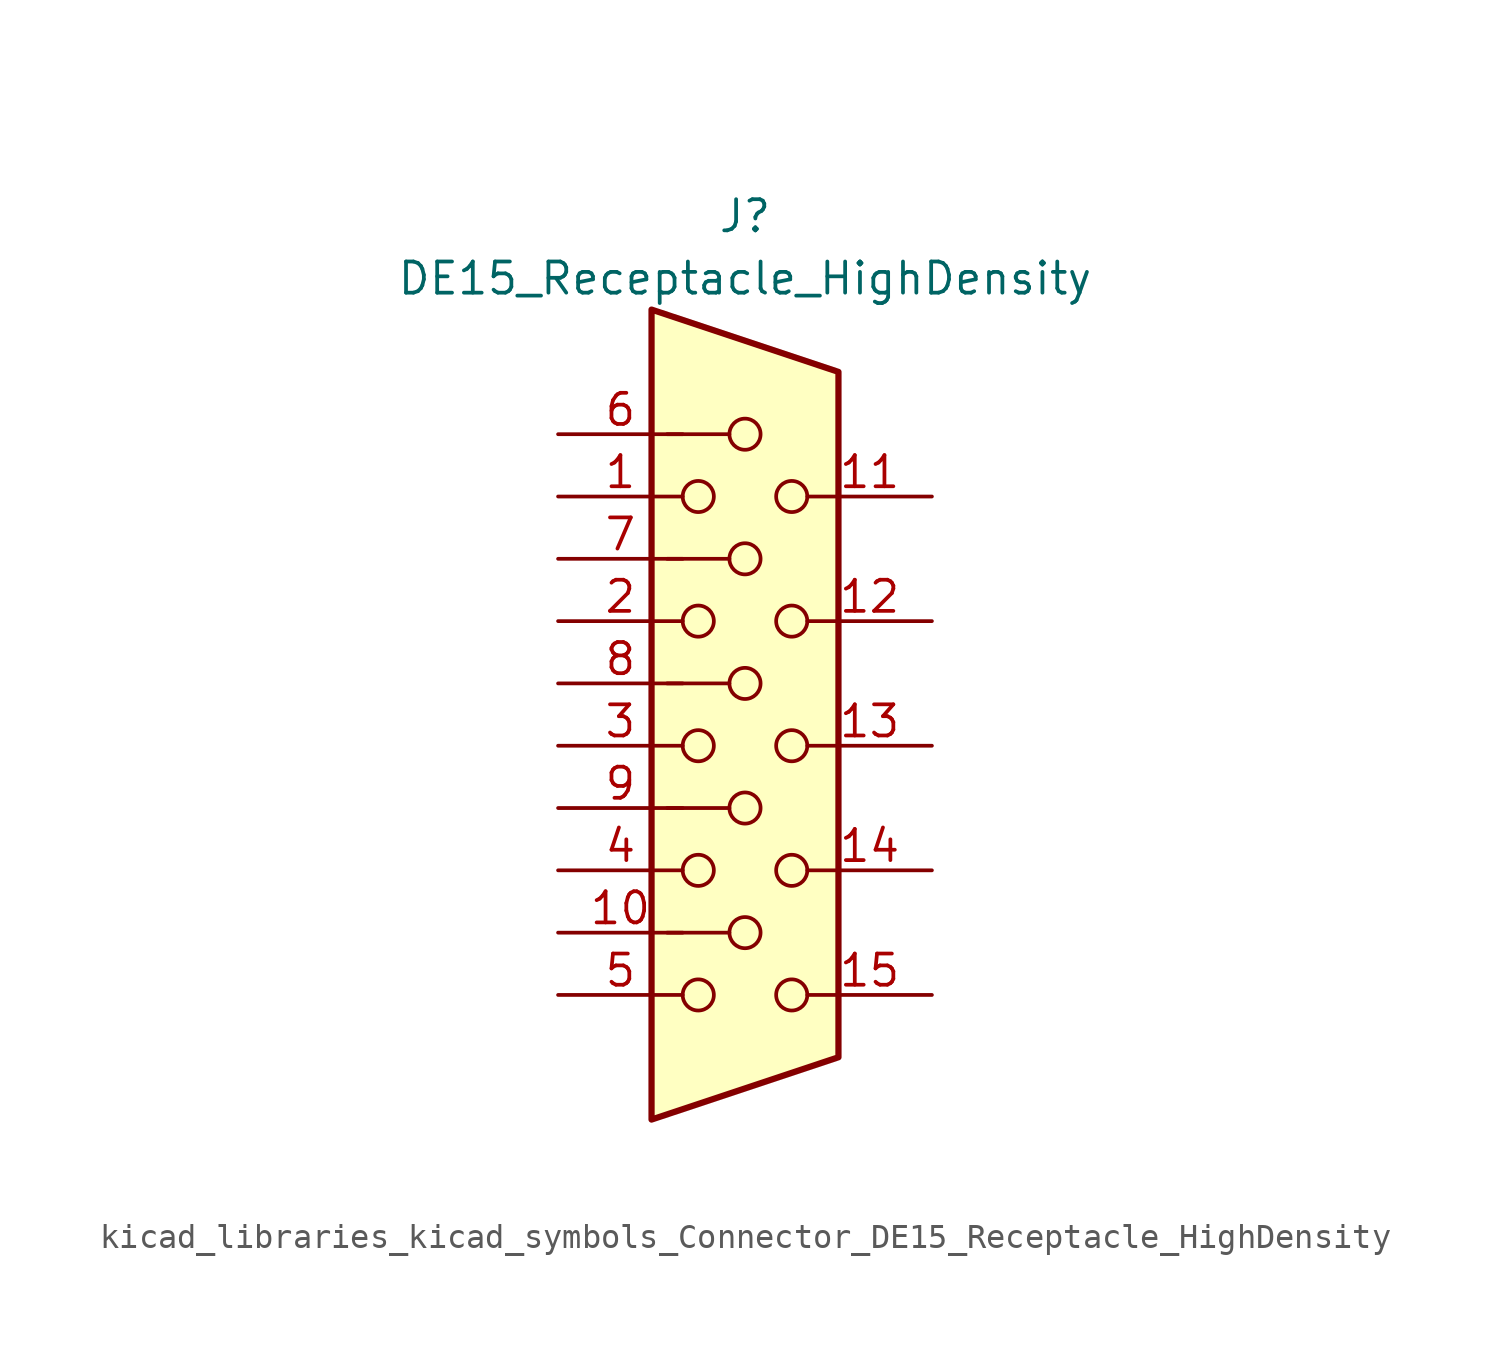
<source format=kicad_sym>
(kicad_symbol_lib
  (version 20220914)
  (generator kicad_symbol_editor)
  (symbol "kicad_libraries_kicad_symbols_Connector_DE15_Receptacle_HighDensity"
    (pin_names
      (offset 1.016) hide)
    (property "Reference" "J"
      (at 0 21.59 0)
      (effects (font (size 1.27 1.27))))
    (property "Value" "DE15_Receptacle_HighDensity"
      (at 0 19.05 0)
      (effects (font (size 1.27 1.27))))
    (symbol "kicad_libraries_kicad_symbols_Connector_DE15_Receptacle_HighDensity_0_1"
      (circle (center -1.905 -10.16) (radius 0.635) (stroke (width 0) (type default)) (fill (type none)))
      (circle (center -1.905 -5.08) (radius 0.635) (stroke (width 0) (type default)) (fill (type none)))
      (circle (center -1.905 0) (radius 0.635) (stroke (width 0) (type default)) (fill (type none)))
      (circle (center -1.905 5.08) (radius 0.635) (stroke (width 0) (type default)) (fill (type none)))
      (circle (center -1.905 10.16) (radius 0.635) (stroke (width 0) (type default)) (fill (type none)))
      (circle (center 0 -7.62) (radius 0.635) (stroke (width 0) (type default)) (fill (type none)))
      (circle (center 0 -2.54) (radius 0.635) (stroke (width 0) (type default)) (fill (type none)))
      (polyline (pts (xy -3.175 7.62) (xy -0.635 7.62)) (stroke (width 0) (type default)) (fill (type none)))
      (polyline (pts (xy -0.635 -7.62) (xy -3.175 -7.62)) (stroke (width 0) (type default)) (fill (type none)))
      (polyline (pts (xy -0.635 -2.54) (xy -3.175 -2.54)) (stroke (width 0) (type default)) (fill (type none)))
      (polyline (pts (xy -0.635 2.54) (xy -3.175 2.54)) (stroke (width 0) (type default)) (fill (type none)))
      (polyline (pts (xy -0.635 12.7) (xy -3.175 12.7)) (stroke (width 0) (type default)) (fill (type none)))
      (polyline (pts (xy -3.81 17.78) (xy -3.81 -15.24) (xy 3.81 -12.7) (xy 3.81 15.24) (xy -3.81 17.78)) (stroke (width 0.254) (type default)) (fill (type background)))
      (circle (center 0 2.54) (radius 0.635) (stroke (width 0) (type default)) (fill (type none)))
      (circle (center 0 7.62) (radius 0.635) (stroke (width 0) (type default)) (fill (type none)))
      (circle (center 0 12.7) (radius 0.635) (stroke (width 0) (type default)) (fill (type none)))
      (circle (center 1.905 -10.16) (radius 0.635) (stroke (width 0) (type default)) (fill (type none)))
      (circle (center 1.905 -5.08) (radius 0.635) (stroke (width 0) (type default)) (fill (type none)))
      (circle (center 1.905 0) (radius 0.635) (stroke (width 0) (type default)) (fill (type none)))
      (circle (center 1.905 5.08) (radius 0.635) (stroke (width 0) (type default)) (fill (type none)))
      (circle (center 1.905 10.16) (radius 0.635) (stroke (width 0) (type default)) (fill (type none))))
    (symbol "kicad_libraries_kicad_symbols_Connector_DE15_Receptacle_HighDensity_1_1"
      (pin passive line (at -7.62 10.16 0) (length 5.08) (name "~" (effects (font (size 1.27 1.27)))) (number "1" (effects (font (size 1.27 1.27)))))
      (pin passive line (at -7.62 -7.62 0) (length 5.08) (name "~" (effects (font (size 1.27 1.27)))) (number "10" (effects (font (size 1.27 1.27)))))
      (pin passive line (at 7.62 10.16 180) (length 5.08) (name "~" (effects (font (size 1.27 1.27)))) (number "11" (effects (font (size 1.27 1.27)))))
      (pin passive line (at 7.62 5.08 180) (length 5.08) (name "~" (effects (font (size 1.27 1.27)))) (number "12" (effects (font (size 1.27 1.27)))))
      (pin passive line (at 7.62 0 180) (length 5.08) (name "~" (effects (font (size 1.27 1.27)))) (number "13" (effects (font (size 1.27 1.27)))))
      (pin passive line (at 7.62 -5.08 180) (length 5.08) (name "~" (effects (font (size 1.27 1.27)))) (number "14" (effects (font (size 1.27 1.27)))))
      (pin passive line (at 7.62 -10.16 180) (length 5.08) (name "~" (effects (font (size 1.27 1.27)))) (number "15" (effects (font (size 1.27 1.27)))))
      (pin passive line (at -7.62 5.08 0) (length 5.08) (name "~" (effects (font (size 1.27 1.27)))) (number "2" (effects (font (size 1.27 1.27)))))
      (pin passive line (at -7.62 0 0) (length 5.08) (name "~" (effects (font (size 1.27 1.27)))) (number "3" (effects (font (size 1.27 1.27)))))
      (pin passive line (at -7.62 -5.08 0) (length 5.08) (name "~" (effects (font (size 1.27 1.27)))) (number "4" (effects (font (size 1.27 1.27)))))
      (pin passive line (at -7.62 -10.16 0) (length 5.08) (name "~" (effects (font (size 1.27 1.27)))) (number "5" (effects (font (size 1.27 1.27)))))
      (pin passive line (at -7.62 12.7 0) (length 5.08) (name "~" (effects (font (size 1.27 1.27)))) (number "6" (effects (font (size 1.27 1.27)))))
      (pin passive line (at -7.62 7.62 0) (length 5.08) (name "~" (effects (font (size 1.27 1.27)))) (number "7" (effects (font (size 1.27 1.27)))))
      (pin passive line (at -7.62 2.54 0) (length 5.08) (name "~" (effects (font (size 1.27 1.27)))) (number "8" (effects (font (size 1.27 1.27)))))
      (pin passive line (at -7.62 -2.54 0) (length 5.08) (name "~" (effects (font (size 1.27 1.27)))) (number "9" (effects (font (size 1.27 1.27))))))))
</source>
